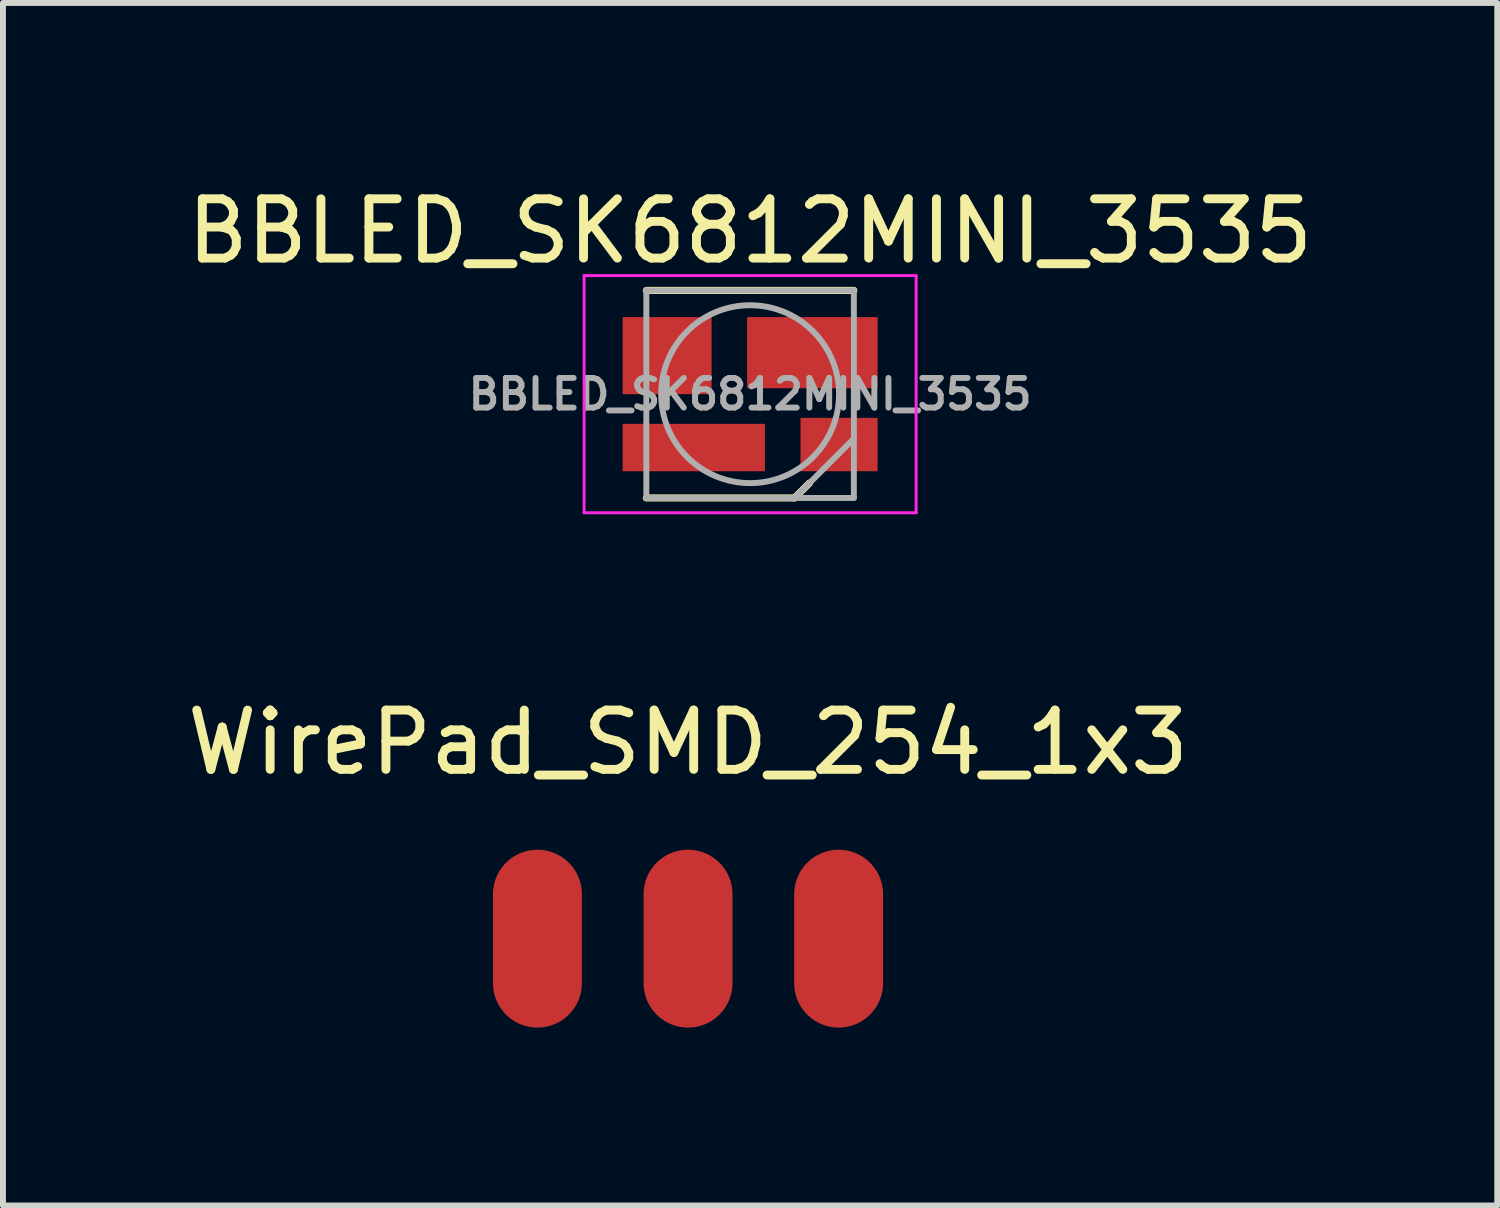
<source format=kicad_pcb>
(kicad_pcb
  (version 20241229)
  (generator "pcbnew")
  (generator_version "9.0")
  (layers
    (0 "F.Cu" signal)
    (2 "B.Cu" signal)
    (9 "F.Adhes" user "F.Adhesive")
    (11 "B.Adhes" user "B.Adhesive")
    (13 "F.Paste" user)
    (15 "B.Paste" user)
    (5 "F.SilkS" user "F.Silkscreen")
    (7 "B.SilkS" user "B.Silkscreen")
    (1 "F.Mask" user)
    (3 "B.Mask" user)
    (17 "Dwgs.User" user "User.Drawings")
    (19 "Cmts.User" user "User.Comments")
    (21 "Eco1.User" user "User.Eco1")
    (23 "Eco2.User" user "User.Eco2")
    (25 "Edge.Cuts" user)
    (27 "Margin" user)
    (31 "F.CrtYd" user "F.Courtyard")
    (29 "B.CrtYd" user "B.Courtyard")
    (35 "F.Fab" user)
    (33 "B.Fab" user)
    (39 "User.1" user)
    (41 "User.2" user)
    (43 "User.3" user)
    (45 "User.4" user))
  (footprint "WirePad_SMD_254_1x3"
    (layer "F.Cu")
    (at 8.554 12.781)
    (property "Reference" "WirePad_SMD_254_1x3" (at 0 -3.31 0) (layer "F.SilkS") (effects (font (size 1 1) (thickness 0.15))))
    (attr through_hole)
    (pad "1" smd oval (at -2.54 0) (size 1.5 3) (layers "F.Cu" "F.Mask" "F.Paste"))
    (pad "2" smd oval (at 0 0) (size 1.5 3) (layers "F.Cu" "F.Mask" "F.Paste"))
    (pad "3" smd oval (at 2.54 0) (size 1.5 3) (layers "F.Cu" "F.Mask" "F.Paste")))
  (footprint "BBLED_SK6812MINI_3535"
    (layer "F.Cu")
    (at 9.601 3.598)
    (property "Reference" "BBLED_SK6812MINI_3535" (at 0 -2.75 0) (layer "F.SilkS") (effects (font (size 1 1) (thickness 0.15))))
    (attr smd)
    (fp_line (start -1.75 -1.75) (end 1.75 -1.75) (stroke (width 0.12) (type solid)) (layer "F.SilkS"))
    (fp_line (start -1.75 1.75) (end 0.75 1.75) (stroke (width 0.12) (type solid)) (layer "F.SilkS"))
    (fp_line (start 0.75 1.75) (end 1 1.5) (stroke (width 0.12) (type solid)) (layer "F.SilkS"))
    (fp_line (start -2.8 -2) (end -2.8 2) (stroke (width 0.05) (type solid)) (layer "F.CrtYd"))
    (fp_line (start -2.8 2) (end 2.8 2) (stroke (width 0.05) (type solid)) (layer "F.CrtYd"))
    (fp_line (start 2.8 -2) (end -2.8 -2) (stroke (width 0.05) (type solid)) (layer "F.CrtYd"))
    (fp_line (start 2.8 2) (end 2.8 -2) (stroke (width 0.05) (type solid)) (layer "F.CrtYd"))
    (fp_line (start -1.75 -1.75) (end -1.75 1.75) (stroke (width 0.1) (type solid)) (layer "F.Fab"))
    (fp_line (start -1.75 1.75) (end 1.75 1.75) (stroke (width 0.1) (type solid)) (layer "F.Fab"))
    (fp_line (start 1.75 -1.75) (end -1.75 -1.75) (stroke (width 0.1) (type solid)) (layer "F.Fab"))
    (fp_line (start 1.75 0.75) (end 0.75 1.75) (stroke (width 0.1) (type solid)) (layer "F.Fab"))
    (fp_line (start 1.75 1.75) (end 1.75 -1.75) (stroke (width 0.1) (type solid)) (layer "F.Fab"))
    (fp_circle (center 0 0) (end 0 -1.5) (stroke (width 0.1) (type solid)) (fill no) (layer "F.Fab"))
    (fp_text user "${REFERENCE}" (at 0 0 0) (layer "F.Fab") (effects (font (size 0.5 0.5) (thickness 0.1))))
    (pad "1" smd rect (at -1.4 -0.65) (size 1.5 1.3) (layers "F.Cu" "F.Mask" "F.Paste"))
    (pad "2" smd rect (at -0.95 0.9) (size 2.4 0.8) (layers "F.Cu" "F.Mask" "F.Paste"))
    (pad "3" smd rect (at 1.5 0.85) (size 1.3 0.9) (layers "F.Cu" "F.Mask" "F.Paste"))
    (pad "4" smd rect (at 1.05 -0.7) (size 2.2 1.2) (layers "F.Cu" "F.Mask" "F.Paste")))
  (gr_rect
    (start -3 -3)
    (end 22.202 17.282)
    (stroke (width 0.1) (type default))
    (fill no)
    (layer "Edge.Cuts")))
</source>
